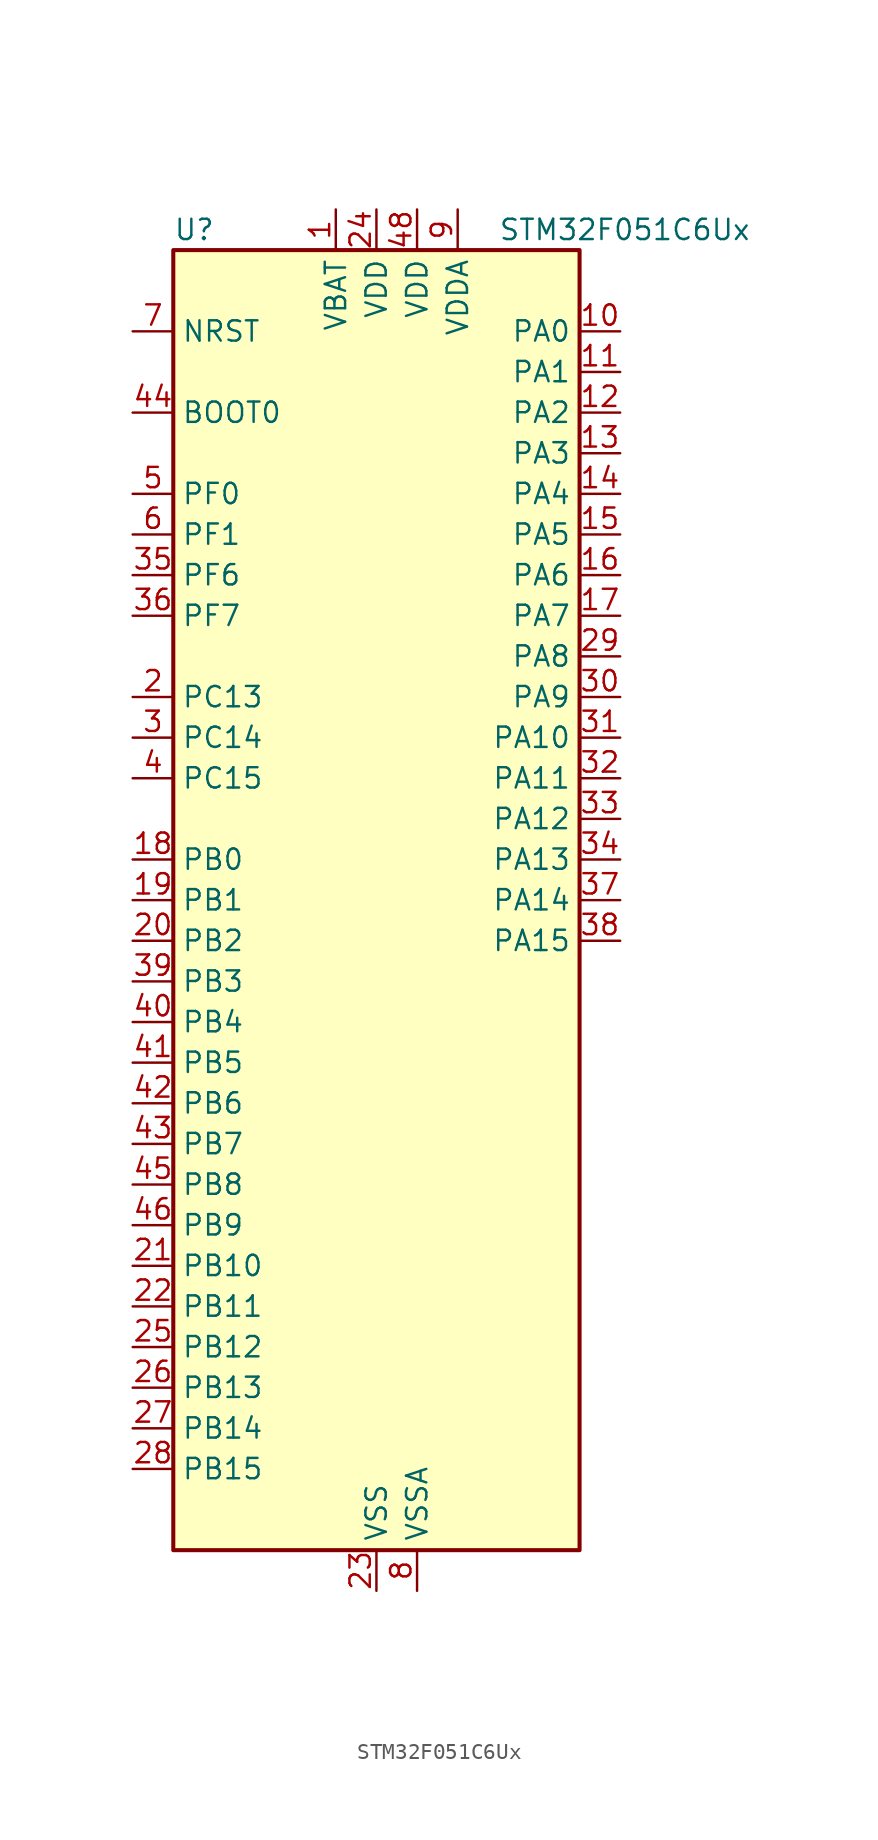
<source format=kicad_sym>
(kicad_symbol_lib
  (version 20241209)
  (generator "kicad_symbol_editor")
  (generator_version "9.0")
  (symbol "STM32F051C6Ux"
    (property "Reference" "U"
      (at -12.7 41.91 0)
      (effects (font (size 1.27 1.27)) (justify left)))
    (property "Value" "STM32F051C6Ux"
      (at 7.62 41.91 0)
      (effects (font (size 1.27 1.27)) (justify left)))
    (symbol "STM32F051C6Ux_0_1"
      (rectangle (start -12.7 -40.64) (end 12.7 40.64) (stroke (width 0.254) (type default)) (fill (type background))))
    (symbol "STM32F051C6Ux_1_1"
      (pin input line (at -15.24 35.56 0) (length 2.54) (name "NRST" (effects (font (size 1.27 1.27)))) (number "7" (effects (font (size 1.27 1.27)))))
      (pin input line (at -15.24 30.48 0) (length 2.54) (name "BOOT0" (effects (font (size 1.27 1.27)))) (number "44" (effects (font (size 1.27 1.27)))))
      (pin bidirectional line (at -15.24 25.4 0) (length 2.54) (name "PF0" (effects (font (size 1.27 1.27)))) (number "5" (effects (font (size 1.27 1.27)))) (alternate "RCC_OSC_IN" bidirectional line))
      (pin bidirectional line (at -15.24 22.86 0) (length 2.54) (name "PF1" (effects (font (size 1.27 1.27)))) (number "6" (effects (font (size 1.27 1.27)))) (alternate "RCC_OSC_OUT" bidirectional line))
      (pin bidirectional line (at -15.24 20.32 0) (length 2.54) (name "PF6" (effects (font (size 1.27 1.27)))) (number "35" (effects (font (size 1.27 1.27)))))
      (pin bidirectional line (at -15.24 17.78 0) (length 2.54) (name "PF7" (effects (font (size 1.27 1.27)))) (number "36" (effects (font (size 1.27 1.27)))))
      (pin bidirectional line (at -15.24 12.7 0) (length 2.54) (name "PC13" (effects (font (size 1.27 1.27)))) (number "2" (effects (font (size 1.27 1.27)))) (alternate "RTC_OUT_ALARM" bidirectional line) (alternate "RTC_OUT_CALIB" bidirectional line) (alternate "RTC_TAMP1" bidirectional line) (alternate "RTC_TS" bidirectional line) (alternate "SYS_WKUP2" bidirectional line))
      (pin bidirectional line (at -15.24 10.16 0) (length 2.54) (name "PC14" (effects (font (size 1.27 1.27)))) (number "3" (effects (font (size 1.27 1.27)))) (alternate "RCC_OSC32_IN" bidirectional line))
      (pin bidirectional line (at -15.24 7.62 0) (length 2.54) (name "PC15" (effects (font (size 1.27 1.27)))) (number "4" (effects (font (size 1.27 1.27)))) (alternate "RCC_OSC32_OUT" bidirectional line))
      (pin bidirectional line (at -15.24 2.54 0) (length 2.54) (name "PB0" (effects (font (size 1.27 1.27)))) (number "18" (effects (font (size 1.27 1.27)))) (alternate "ADC_IN8" bidirectional line) (alternate "TIM1_CH2N" bidirectional line) (alternate "TIM3_CH3" bidirectional line) (alternate "TSC_G3_IO2" bidirectional line))
      (pin bidirectional line (at -15.24 0 0) (length 2.54) (name "PB1" (effects (font (size 1.27 1.27)))) (number "19" (effects (font (size 1.27 1.27)))) (alternate "ADC_IN9" bidirectional line) (alternate "TIM14_CH1" bidirectional line) (alternate "TIM1_CH3N" bidirectional line) (alternate "TIM3_CH4" bidirectional line) (alternate "TSC_G3_IO3" bidirectional line))
      (pin bidirectional line (at -15.24 -2.54 0) (length 2.54) (name "PB2" (effects (font (size 1.27 1.27)))) (number "20" (effects (font (size 1.27 1.27)))) (alternate "TSC_G3_IO4" bidirectional line))
      (pin bidirectional line (at -15.24 -5.08 0) (length 2.54) (name "PB3" (effects (font (size 1.27 1.27)))) (number "39" (effects (font (size 1.27 1.27)))) (alternate "I2S1_CK" bidirectional line) (alternate "SPI1_SCK" bidirectional line) (alternate "TIM2_CH2" bidirectional line) (alternate "TSC_G5_IO1" bidirectional line))
      (pin bidirectional line (at -15.24 -7.62 0) (length 2.54) (name "PB4" (effects (font (size 1.27 1.27)))) (number "40" (effects (font (size 1.27 1.27)))) (alternate "I2S1_MCK" bidirectional line) (alternate "SPI1_MISO" bidirectional line) (alternate "TIM3_CH1" bidirectional line) (alternate "TSC_G5_IO2" bidirectional line))
      (pin bidirectional line (at -15.24 -10.16 0) (length 2.54) (name "PB5" (effects (font (size 1.27 1.27)))) (number "41" (effects (font (size 1.27 1.27)))) (alternate "I2C1_SMBA" bidirectional line) (alternate "I2S1_SD" bidirectional line) (alternate "SPI1_MOSI" bidirectional line) (alternate "TIM16_BKIN" bidirectional line) (alternate "TIM3_CH2" bidirectional line))
      (pin bidirectional line (at -15.24 -12.7 0) (length 2.54) (name "PB6" (effects (font (size 1.27 1.27)))) (number "42" (effects (font (size 1.27 1.27)))) (alternate "I2C1_SCL" bidirectional line) (alternate "TIM16_CH1N" bidirectional line) (alternate "TSC_G5_IO3" bidirectional line) (alternate "USART1_TX" bidirectional line))
      (pin bidirectional line (at -15.24 -15.24 0) (length 2.54) (name "PB7" (effects (font (size 1.27 1.27)))) (number "43" (effects (font (size 1.27 1.27)))) (alternate "I2C1_SDA" bidirectional line) (alternate "TIM17_CH1N" bidirectional line) (alternate "TSC_G5_IO4" bidirectional line) (alternate "USART1_RX" bidirectional line))
      (pin bidirectional line (at -15.24 -17.78 0) (length 2.54) (name "PB8" (effects (font (size 1.27 1.27)))) (number "45" (effects (font (size 1.27 1.27)))) (alternate "CEC" bidirectional line) (alternate "I2C1_SCL" bidirectional line) (alternate "TIM16_CH1" bidirectional line) (alternate "TSC_SYNC" bidirectional line))
      (pin bidirectional line (at -15.24 -20.32 0) (length 2.54) (name "PB9" (effects (font (size 1.27 1.27)))) (number "46" (effects (font (size 1.27 1.27)))) (alternate "DAC1_EXTI9" bidirectional line) (alternate "I2C1_SDA" bidirectional line) (alternate "IR_OUT" bidirectional line) (alternate "TIM17_CH1" bidirectional line))
      (pin bidirectional line (at -15.24 -22.86 0) (length 2.54) (name "PB10" (effects (font (size 1.27 1.27)))) (number "21" (effects (font (size 1.27 1.27)))) (alternate "CEC" bidirectional line) (alternate "TIM2_CH3" bidirectional line) (alternate "TSC_SYNC" bidirectional line))
      (pin bidirectional line (at -15.24 -25.4 0) (length 2.54) (name "PB11" (effects (font (size 1.27 1.27)))) (number "22" (effects (font (size 1.27 1.27)))) (alternate "TIM2_CH4" bidirectional line) (alternate "TSC_G6_IO1" bidirectional line))
      (pin bidirectional line (at -15.24 -27.94 0) (length 2.54) (name "PB12" (effects (font (size 1.27 1.27)))) (number "25" (effects (font (size 1.27 1.27)))) (alternate "TIM1_BKIN" bidirectional line) (alternate "TSC_G6_IO2" bidirectional line))
      (pin bidirectional line (at -15.24 -30.48 0) (length 2.54) (name "PB13" (effects (font (size 1.27 1.27)))) (number "26" (effects (font (size 1.27 1.27)))) (alternate "TIM1_CH1N" bidirectional line) (alternate "TSC_G6_IO3" bidirectional line))
      (pin bidirectional line (at -15.24 -33.02 0) (length 2.54) (name "PB14" (effects (font (size 1.27 1.27)))) (number "27" (effects (font (size 1.27 1.27)))) (alternate "TIM15_CH1" bidirectional line) (alternate "TIM1_CH2N" bidirectional line) (alternate "TSC_G6_IO4" bidirectional line))
      (pin bidirectional line (at -15.24 -35.56 0) (length 2.54) (name "PB15" (effects (font (size 1.27 1.27)))) (number "28" (effects (font (size 1.27 1.27)))) (alternate "RTC_REFIN" bidirectional line) (alternate "TIM15_CH1N" bidirectional line) (alternate "TIM15_CH2" bidirectional line) (alternate "TIM1_CH3N" bidirectional line))
      (pin power_in line (at -2.54 43.18 270) (length 2.54) (name "VBAT" (effects (font (size 1.27 1.27)))) (number "1" (effects (font (size 1.27 1.27)))))
      (pin power_in line (at 0 43.18 270) (length 2.54) (name "VDD" (effects (font (size 1.27 1.27)))) (number "24" (effects (font (size 1.27 1.27)))))
      (pin power_in line (at 0 -43.18 90) (length 2.54) (name "VSS" (effects (font (size 1.27 1.27)))) (number "23" (effects (font (size 1.27 1.27)))))
      (pin passive line (at 0 -43.18 90) (length 2.54) (hide yes) (name "VSS" (effects (font (size 1.27 1.27)))) (number "47" (effects (font (size 1.27 1.27)))))
      (pin passive line (at 0 -43.18 90) (length 2.54) (hide yes) (name "VSS" (effects (font (size 1.27 1.27)))) (number "49" (effects (font (size 1.27 1.27)))))
      (pin power_in line (at 2.54 43.18 270) (length 2.54) (name "VDD" (effects (font (size 1.27 1.27)))) (number "48" (effects (font (size 1.27 1.27)))))
      (pin power_in line (at 2.54 -43.18 90) (length 2.54) (name "VSSA" (effects (font (size 1.27 1.27)))) (number "8" (effects (font (size 1.27 1.27)))))
      (pin power_in line (at 5.08 43.18 270) (length 2.54) (name "VDDA" (effects (font (size 1.27 1.27)))) (number "9" (effects (font (size 1.27 1.27)))))
      (pin bidirectional line (at 15.24 35.56 180) (length 2.54) (name "PA0" (effects (font (size 1.27 1.27)))) (number "10" (effects (font (size 1.27 1.27)))) (alternate "ADC_IN0" bidirectional line) (alternate "COMP1_INM" bidirectional line) (alternate "COMP1_OUT" bidirectional line) (alternate "RTC_TAMP2" bidirectional line) (alternate "SYS_WKUP1" bidirectional line) (alternate "TIM2_CH1" bidirectional line) (alternate "TIM2_ETR" bidirectional line) (alternate "TSC_G1_IO1" bidirectional line) (alternate "USART2_CTS" bidirectional line))
      (pin bidirectional line (at 15.24 33.02 180) (length 2.54) (name "PA1" (effects (font (size 1.27 1.27)))) (number "11" (effects (font (size 1.27 1.27)))) (alternate "ADC_IN1" bidirectional line) (alternate "COMP1_INP" bidirectional line) (alternate "TIM2_CH2" bidirectional line) (alternate "TSC_G1_IO2" bidirectional line) (alternate "USART2_DE" bidirectional line) (alternate "USART2_RTS" bidirectional line))
      (pin bidirectional line (at 15.24 30.48 180) (length 2.54) (name "PA2" (effects (font (size 1.27 1.27)))) (number "12" (effects (font (size 1.27 1.27)))) (alternate "ADC_IN2" bidirectional line) (alternate "COMP2_INM" bidirectional line) (alternate "COMP2_OUT" bidirectional line) (alternate "TIM15_CH1" bidirectional line) (alternate "TIM2_CH3" bidirectional line) (alternate "TSC_G1_IO3" bidirectional line) (alternate "USART2_TX" bidirectional line))
      (pin bidirectional line (at 15.24 27.94 180) (length 2.54) (name "PA3" (effects (font (size 1.27 1.27)))) (number "13" (effects (font (size 1.27 1.27)))) (alternate "ADC_IN3" bidirectional line) (alternate "COMP2_INP" bidirectional line) (alternate "TIM15_CH2" bidirectional line) (alternate "TIM2_CH4" bidirectional line) (alternate "TSC_G1_IO4" bidirectional line) (alternate "USART2_RX" bidirectional line))
      (pin bidirectional line (at 15.24 25.4 180) (length 2.54) (name "PA4" (effects (font (size 1.27 1.27)))) (number "14" (effects (font (size 1.27 1.27)))) (alternate "ADC_IN4" bidirectional line) (alternate "COMP1_INM" bidirectional line) (alternate "COMP2_INM" bidirectional line) (alternate "DAC1_OUT1" bidirectional line) (alternate "I2S1_WS" bidirectional line) (alternate "SPI1_NSS" bidirectional line) (alternate "TIM14_CH1" bidirectional line) (alternate "TSC_G2_IO1" bidirectional line) (alternate "USART2_CK" bidirectional line))
      (pin bidirectional line (at 15.24 22.86 180) (length 2.54) (name "PA5" (effects (font (size 1.27 1.27)))) (number "15" (effects (font (size 1.27 1.27)))) (alternate "ADC_IN5" bidirectional line) (alternate "CEC" bidirectional line) (alternate "COMP1_INM" bidirectional line) (alternate "COMP2_INM" bidirectional line) (alternate "I2S1_CK" bidirectional line) (alternate "SPI1_SCK" bidirectional line) (alternate "TIM2_CH1" bidirectional line) (alternate "TIM2_ETR" bidirectional line) (alternate "TSC_G2_IO2" bidirectional line))
      (pin bidirectional line (at 15.24 20.32 180) (length 2.54) (name "PA6" (effects (font (size 1.27 1.27)))) (number "16" (effects (font (size 1.27 1.27)))) (alternate "ADC_IN6" bidirectional line) (alternate "COMP1_OUT" bidirectional line) (alternate "I2S1_MCK" bidirectional line) (alternate "SPI1_MISO" bidirectional line) (alternate "TIM16_CH1" bidirectional line) (alternate "TIM1_BKIN" bidirectional line) (alternate "TIM3_CH1" bidirectional line) (alternate "TSC_G2_IO3" bidirectional line))
      (pin bidirectional line (at 15.24 17.78 180) (length 2.54) (name "PA7" (effects (font (size 1.27 1.27)))) (number "17" (effects (font (size 1.27 1.27)))) (alternate "ADC_IN7" bidirectional line) (alternate "COMP2_OUT" bidirectional line) (alternate "I2S1_SD" bidirectional line) (alternate "SPI1_MOSI" bidirectional line) (alternate "TIM14_CH1" bidirectional line) (alternate "TIM17_CH1" bidirectional line) (alternate "TIM1_CH1N" bidirectional line) (alternate "TIM3_CH2" bidirectional line) (alternate "TSC_G2_IO4" bidirectional line))
      (pin bidirectional line (at 15.24 15.24 180) (length 2.54) (name "PA8" (effects (font (size 1.27 1.27)))) (number "29" (effects (font (size 1.27 1.27)))) (alternate "RCC_MCO" bidirectional line) (alternate "TIM1_CH1" bidirectional line) (alternate "USART1_CK" bidirectional line))
      (pin bidirectional line (at 15.24 12.7 180) (length 2.54) (name "PA9" (effects (font (size 1.27 1.27)))) (number "30" (effects (font (size 1.27 1.27)))) (alternate "DAC1_EXTI9" bidirectional line) (alternate "TIM15_BKIN" bidirectional line) (alternate "TIM1_CH2" bidirectional line) (alternate "TSC_G4_IO1" bidirectional line) (alternate "USART1_TX" bidirectional line))
      (pin bidirectional line (at 15.24 10.16 180) (length 2.54) (name "PA10" (effects (font (size 1.27 1.27)))) (number "31" (effects (font (size 1.27 1.27)))) (alternate "TIM17_BKIN" bidirectional line) (alternate "TIM1_CH3" bidirectional line) (alternate "TSC_G4_IO2" bidirectional line) (alternate "USART1_RX" bidirectional line))
      (pin bidirectional line (at 15.24 7.62 180) (length 2.54) (name "PA11" (effects (font (size 1.27 1.27)))) (number "32" (effects (font (size 1.27 1.27)))) (alternate "COMP1_OUT" bidirectional line) (alternate "TIM1_CH4" bidirectional line) (alternate "TSC_G4_IO3" bidirectional line) (alternate "USART1_CTS" bidirectional line))
      (pin bidirectional line (at 15.24 5.08 180) (length 2.54) (name "PA12" (effects (font (size 1.27 1.27)))) (number "33" (effects (font (size 1.27 1.27)))) (alternate "COMP2_OUT" bidirectional line) (alternate "TIM1_ETR" bidirectional line) (alternate "TSC_G4_IO4" bidirectional line) (alternate "USART1_DE" bidirectional line) (alternate "USART1_RTS" bidirectional line))
      (pin bidirectional line (at 15.24 2.54 180) (length 2.54) (name "PA13" (effects (font (size 1.27 1.27)))) (number "34" (effects (font (size 1.27 1.27)))) (alternate "IR_OUT" bidirectional line) (alternate "SYS_SWDIO" bidirectional line))
      (pin bidirectional line (at 15.24 0 180) (length 2.54) (name "PA14" (effects (font (size 1.27 1.27)))) (number "37" (effects (font (size 1.27 1.27)))) (alternate "SYS_SWCLK" bidirectional line) (alternate "USART2_TX" bidirectional line))
      (pin bidirectional line (at 15.24 -2.54 180) (length 2.54) (name "PA15" (effects (font (size 1.27 1.27)))) (number "38" (effects (font (size 1.27 1.27)))) (alternate "I2S1_WS" bidirectional line) (alternate "SPI1_NSS" bidirectional line) (alternate "TIM2_CH1" bidirectional line) (alternate "TIM2_ETR" bidirectional line) (alternate "USART2_RX" bidirectional line)))))
</source>
